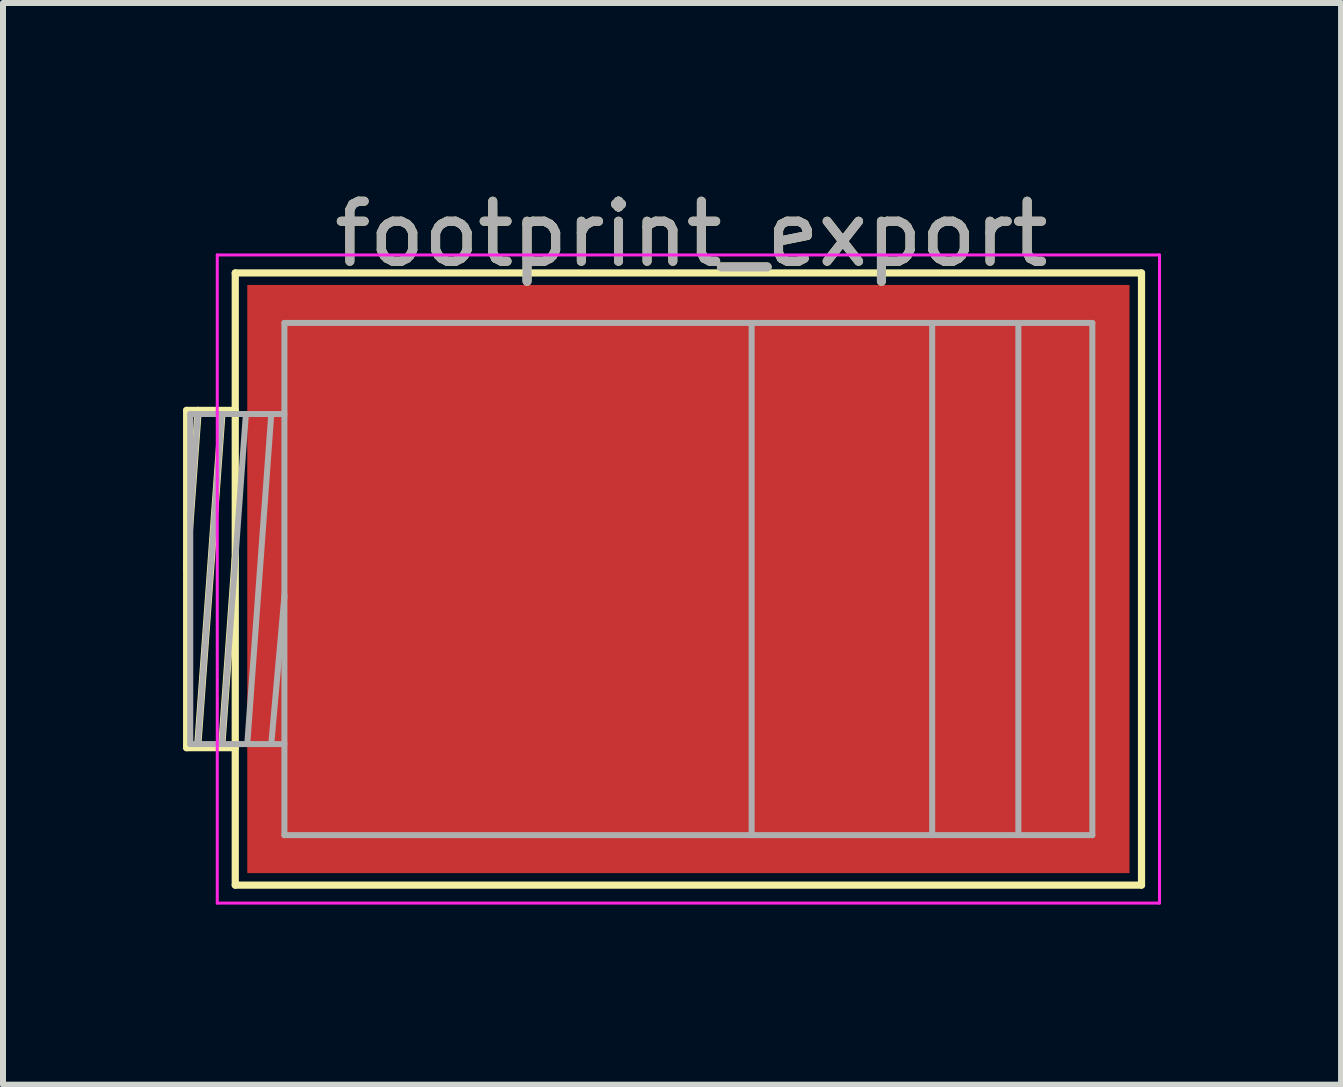
<source format=kicad_pcb>
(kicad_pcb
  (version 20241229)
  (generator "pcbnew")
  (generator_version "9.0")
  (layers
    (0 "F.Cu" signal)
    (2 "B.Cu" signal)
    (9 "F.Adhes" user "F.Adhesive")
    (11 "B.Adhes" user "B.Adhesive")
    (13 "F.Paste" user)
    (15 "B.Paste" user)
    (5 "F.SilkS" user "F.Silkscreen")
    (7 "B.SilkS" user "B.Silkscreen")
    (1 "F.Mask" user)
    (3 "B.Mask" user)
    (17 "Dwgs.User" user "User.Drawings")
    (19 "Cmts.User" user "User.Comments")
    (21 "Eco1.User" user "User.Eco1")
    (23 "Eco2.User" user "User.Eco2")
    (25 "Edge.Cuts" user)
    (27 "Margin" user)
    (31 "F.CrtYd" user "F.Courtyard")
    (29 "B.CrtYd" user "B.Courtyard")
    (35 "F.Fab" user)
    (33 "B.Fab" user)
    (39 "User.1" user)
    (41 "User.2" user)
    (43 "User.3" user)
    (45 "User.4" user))
  (footprint "footprint_export"
    (layer "F.Cu")
    (at 8.42 6.598)
    (property "Reference" "footprint_export" (at 0.05 -5.75 0) (layer "F.SilkS") (effects (font (size 1 1) (thickness 0.15))))
    (attr smd)
    (fp_line (start -8.36 -2.81) (end -7.55 -2.81) (stroke (width 0.12) (type solid)) (layer "F.SilkS"))
    (fp_line (start -8.36 -0.175) (end -8.168 -2.81) (stroke (width 0.12) (type solid)) (layer "F.SilkS"))
    (fp_line (start -8.36 2.81) (end -8.36 -2.81) (stroke (width 0.12) (type solid)) (layer "F.SilkS"))
    (fp_line (start -7.773 -2.75) (end -8.173 2.75) (stroke (width 0.12) (type solid)) (layer "F.SilkS"))
    (fp_line (start -7.773 2.75) (end -7.55 -0.35) (stroke (width 0.12) (type solid)) (layer "F.SilkS"))
    (fp_line (start -7.55 -5.1) (end 7.55 -5.1) (stroke (width 0.12) (type solid)) (layer "F.SilkS"))
    (fp_line (start -7.55 2.81) (end -8.36 2.81) (stroke (width 0.12) (type solid)) (layer "F.SilkS"))
    (fp_line (start -7.55 5.1) (end -7.55 -5.1) (stroke (width 0.12) (type solid)) (layer "F.SilkS"))
    (fp_line (start 7.55 -5.1) (end 7.55 5.1) (stroke (width 0.12) (type solid)) (layer "F.SilkS"))
    (fp_line (start 7.55 5.1) (end -7.55 5.1) (stroke (width 0.12) (type solid)) (layer "F.SilkS"))
    (fp_line (start -7.85 -5.4) (end 7.85 -5.4) (stroke (width 0.05) (type solid)) (layer "F.CrtYd"))
    (fp_line (start -7.85 5.4) (end -7.85 -5.4) (stroke (width 0.05) (type solid)) (layer "F.CrtYd"))
    (fp_line (start 7.85 -5.4) (end 7.85 5.4) (stroke (width 0.05) (type solid)) (layer "F.CrtYd"))
    (fp_line (start 7.85 5.4) (end -7.85 5.4) (stroke (width 0.05) (type solid)) (layer "F.CrtYd"))
    (fp_line (start -8.3 -2.75) (end -6.731 -2.75) (stroke (width 0.1) (type solid)) (layer "F.Fab"))
    (fp_line (start -8.3 -1) (end -8.173 -2.75) (stroke (width 0.1) (type solid)) (layer "F.Fab"))
    (fp_line (start -8.3 2.75) (end -8.3 -2.75) (stroke (width 0.1) (type solid)) (layer "F.Fab"))
    (fp_line (start -7.773 -2.75) (end -8.173 2.75) (stroke (width 0.1) (type solid)) (layer "F.Fab"))
    (fp_line (start -7.773 2.75) (end -7.373 -2.75) (stroke (width 0.1) (type solid)) (layer "F.Fab"))
    (fp_line (start -7.35 2.75) (end -6.95 -2.75) (stroke (width 0.1) (type solid)) (layer "F.Fab"))
    (fp_line (start -6.95 2.75) (end -6.73 0.275) (stroke (width 0.1) (type solid)) (layer "F.Fab"))
    (fp_line (start -6.731 2.75) (end -8.3 2.75) (stroke (width 0.1) (type solid)) (layer "F.Fab"))
    (fp_line (start -6.731 4.267) (end -6.731 -4.267) (stroke (width 0.1) (type solid)) (layer "F.Fab"))
    (fp_line (start -6.731 4.267) (end 6.731 4.267) (stroke (width 0.1) (type solid)) (layer "F.Fab"))
    (fp_line (start 1.054 -4.267) (end 1.054 4.267) (stroke (width 0.1) (type solid)) (layer "F.Fab"))
    (fp_line (start 4.062 -4.267) (end 4.062 4.267) (stroke (width 0.1) (type solid)) (layer "F.Fab"))
    (fp_line (start 5.498 -4.267) (end 5.498 4.267) (stroke (width 0.1) (type solid)) (layer "F.Fab"))
    (fp_line (start 6.731 -4.267) (end -6.731 -4.267) (stroke (width 0.1) (type solid)) (layer "F.Fab"))
    (fp_line (start 6.731 -4.267) (end 6.731 4.267) (stroke (width 0.1) (type solid)) (layer "F.Fab"))
    (fp_text user "${REFERENCE}" (at 0.05 -5.75 0) (layer "F.Fab") (effects (font (size 1 1) (thickness 0.15))))
    (pad "" smd rect (at -6.05 -3.85 180) (size 1.3 0.8) (layers "F.Paste"))
    (pad "" smd rect (at -6.05 -2.75 180) (size 1.3 0.8) (layers "F.Paste"))
    (pad "" smd rect (at -6.05 -1.65 180) (size 1.3 0.8) (layers "F.Paste"))
    (pad "" smd rect (at -6.05 -0.55 180) (size 1.3 0.8) (layers "F.Paste"))
    (pad "" smd rect (at -6.05 0.55 180) (size 1.3 0.8) (layers "F.Paste"))
    (pad "" smd rect (at -6.05 1.65 180) (size 1.3 0.8) (layers "F.Paste"))
    (pad "" smd rect (at -6.05 2.75 180) (size 1.3 0.8) (layers "F.Paste"))
    (pad "" smd rect (at -6.05 3.85 180) (size 1.3 0.8) (layers "F.Paste"))
    (pad "" smd rect (at -4.45 -3.85 180) (size 1.3 0.8) (layers "F.Paste"))
    (pad "" smd rect (at -4.45 -2.75 180) (size 1.3 0.8) (layers "F.Paste"))
    (pad "" smd rect (at -4.45 -1.65 180) (size 1.3 0.8) (layers "F.Paste"))
    (pad "" smd rect (at -4.45 -0.55 180) (size 1.3 0.8) (layers "F.Paste"))
    (pad "" smd rect (at -4.45 0.55 180) (size 1.3 0.8) (layers "F.Paste"))
    (pad "" smd rect (at -4.45 1.65 180) (size 1.3 0.8) (layers "F.Paste"))
    (pad "" smd rect (at -4.45 2.75 180) (size 1.3 0.8) (layers "F.Paste"))
    (pad "" smd rect (at -4.45 3.85 180) (size 1.3 0.8) (layers "F.Paste"))
    (pad "" smd rect (at -2.85 -3.85 180) (size 1.3 0.8) (layers "F.Paste"))
    (pad "" smd rect (at -2.85 -2.75 180) (size 1.3 0.8) (layers "F.Paste"))
    (pad "" smd rect (at -2.85 -1.65 180) (size 1.3 0.8) (layers "F.Paste"))
    (pad "" smd rect (at -2.85 -0.55 180) (size 1.3 0.8) (layers "F.Paste"))
    (pad "" smd rect (at -2.85 0.55 180) (size 1.3 0.8) (layers "F.Paste"))
    (pad "" smd rect (at -2.85 1.65 180) (size 1.3 0.8) (layers "F.Paste"))
    (pad "" smd rect (at -2.85 2.75 180) (size 1.3 0.8) (layers "F.Paste"))
    (pad "" smd rect (at -2.85 3.85 180) (size 1.3 0.8) (layers "F.Paste"))
    (pad "" smd rect (at -1.25 -3.85 180) (size 1.3 0.8) (layers "F.Paste"))
    (pad "" smd rect (at -1.25 -2.75 180) (size 1.3 0.8) (layers "F.Paste"))
    (pad "" smd rect (at -1.25 -1.65 180) (size 1.3 0.8) (layers "F.Paste"))
    (pad "" smd rect (at -1.25 -0.55 180) (size 1.3 0.8) (layers "F.Paste"))
    (pad "" smd rect (at -1.25 0.55 180) (size 1.3 0.8) (layers "F.Paste"))
    (pad "" smd rect (at -1.25 1.65 180) (size 1.3 0.8) (layers "F.Paste"))
    (pad "" smd rect (at -1.25 2.75 180) (size 1.3 0.8) (layers "F.Paste"))
    (pad "" smd rect (at -1.25 3.85 180) (size 1.3 0.8) (layers "F.Paste"))
    (pad "" smd rect (at 0.35 -3.85 180) (size 1.3 0.8) (layers "F.Paste"))
    (pad "" smd rect (at 0.35 -2.75 180) (size 1.3 0.8) (layers "F.Paste"))
    (pad "" smd rect (at 0.35 -1.65 180) (size 1.3 0.8) (layers "F.Paste"))
    (pad "" smd rect (at 0.35 -0.55 180) (size 1.3 0.8) (layers "F.Paste"))
    (pad "" smd rect (at 0.35 0.55 180) (size 1.3 0.8) (layers "F.Paste"))
    (pad "" smd rect (at 0.35 1.65 180) (size 1.3 0.8) (layers "F.Paste"))
    (pad "" smd rect (at 0.35 2.75 180) (size 1.3 0.8) (layers "F.Paste"))
    (pad "" smd rect (at 0.35 3.85 180) (size 1.3 0.8) (layers "F.Paste"))
    (pad "" smd rect (at 4.78 -3.85 180) (size 1.3 0.8) (layers "F.Paste"))
    (pad "" smd rect (at 4.78 -2.75 180) (size 1.3 0.8) (layers "F.Paste"))
    (pad "" smd rect (at 4.78 -1.65 180) (size 1.3 0.8) (layers "F.Paste"))
    (pad "" smd rect (at 4.78 -0.55 180) (size 1.3 0.8) (layers "F.Paste"))
    (pad "" smd rect (at 4.78 0.55 180) (size 1.3 0.8) (layers "F.Paste"))
    (pad "" smd rect (at 4.78 1.65 180) (size 1.3 0.8) (layers "F.Paste"))
    (pad "" smd rect (at 4.78 2.75 180) (size 1.3 0.8) (layers "F.Paste"))
    (pad "" smd rect (at 4.78 3.85 180) (size 1.3 0.8) (layers "F.Paste"))
    (pad "1" smd rect (at 0 0 180) (size 14.7 9.8) (layers "F.Cu" "F.Mask")))
  (gr_rect
    (start -3 -3)
    (end 19.295 15.023)
    (stroke (width 0.1) (type default))
    (fill no)
    (layer "Edge.Cuts")))
</source>
